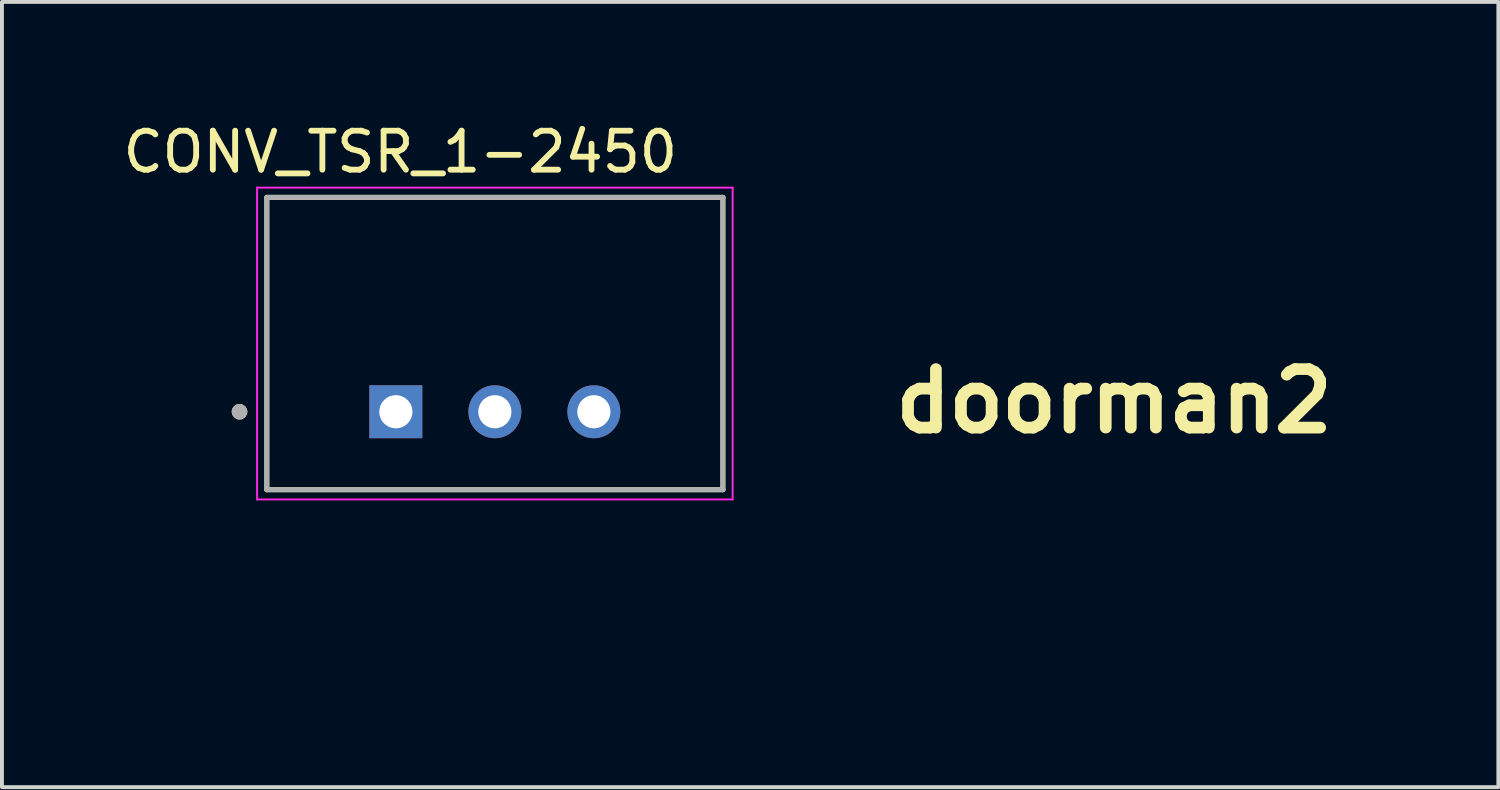
<source format=kicad_pcb>
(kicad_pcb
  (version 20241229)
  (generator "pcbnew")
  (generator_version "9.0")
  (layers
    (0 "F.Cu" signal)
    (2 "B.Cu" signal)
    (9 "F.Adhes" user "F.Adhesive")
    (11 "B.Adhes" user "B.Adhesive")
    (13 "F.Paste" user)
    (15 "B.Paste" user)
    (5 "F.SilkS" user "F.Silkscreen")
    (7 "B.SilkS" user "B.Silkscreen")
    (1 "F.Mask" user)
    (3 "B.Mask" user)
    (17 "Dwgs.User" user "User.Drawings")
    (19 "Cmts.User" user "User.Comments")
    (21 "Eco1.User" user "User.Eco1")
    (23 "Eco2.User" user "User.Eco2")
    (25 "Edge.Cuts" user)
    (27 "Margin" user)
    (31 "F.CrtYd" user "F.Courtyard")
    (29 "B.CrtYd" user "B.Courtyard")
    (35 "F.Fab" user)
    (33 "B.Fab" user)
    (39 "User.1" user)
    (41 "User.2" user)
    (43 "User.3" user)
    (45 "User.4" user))
  (footprint "CONV_TSR_1-2450"
    (layer "F.Cu")
    (at 9.645 5.763)
    (property "Reference" "CONV_TSR_1-2450" (at -2.425 -4.915 0) (layer "F.SilkS") (effects (font (size 1 1) (thickness 0.15))))
    (attr through_hole)
    (fp_line (start -5.85 -3.75) (end 5.85 -3.75) (stroke (width 0.127) (type solid)) (layer "F.SilkS"))
    (fp_line (start -5.85 3.75) (end -5.85 -3.75) (stroke (width 0.127) (type solid)) (layer "F.SilkS"))
    (fp_line (start -5.85 3.75) (end 5.85 3.75) (stroke (width 0.127) (type solid)) (layer "F.SilkS"))
    (fp_line (start 5.85 -3.75) (end 5.85 3.75) (stroke (width 0.127) (type solid)) (layer "F.SilkS"))
    (fp_circle (center -6.55 1.75) (end -6.45 1.75) (stroke (width 0.2) (type solid)) (fill no) (layer "F.SilkS"))
    (fp_line (start -6.1 -4) (end -6.1 4) (stroke (width 0.05) (type solid)) (layer "F.CrtYd"))
    (fp_line (start -6.1 4) (end 6.1 4) (stroke (width 0.05) (type solid)) (layer "F.CrtYd"))
    (fp_line (start 6.1 -4) (end -6.1 -4) (stroke (width 0.05) (type solid)) (layer "F.CrtYd"))
    (fp_line (start 6.1 4) (end 6.1 -4) (stroke (width 0.05) (type solid)) (layer "F.CrtYd"))
    (fp_line (start -5.85 -3.75) (end 5.85 -3.75) (stroke (width 0.127) (type solid)) (layer "F.Fab"))
    (fp_line (start -5.85 3.75) (end -5.85 -3.75) (stroke (width 0.127) (type solid)) (layer "F.Fab"))
    (fp_line (start 5.85 -3.75) (end 5.85 3.75) (stroke (width 0.127) (type solid)) (layer "F.Fab"))
    (fp_line (start 5.85 3.75) (end -5.85 3.75) (stroke (width 0.127) (type solid)) (layer "F.Fab"))
    (fp_circle (center -6.55 1.75) (end -6.45 1.75) (stroke (width 0.2) (type solid)) (fill no) (layer "F.Fab"))
    (pad "1" thru_hole rect (at -2.54 1.75) (size 1.358 1.358) (drill 0.85) (layers "*.Cu" "*.Mask"))
    (pad "2" thru_hole circle (at 0 1.75) (size 1.358 1.358) (drill 0.85) (layers "*.Cu" "*.Mask"))
    (pad "3" thru_hole circle (at 2.54 1.75) (size 1.358 1.358) (drill 0.85) (layers "*.Cu" "*.Mask")))
  (footprint "doorman2"
    (layer "F.Cu")
    (at 25.531 7.241)
    (property "Reference" "doorman2" (at 0 0 0) (layer "F.SilkS") (effects (font (size 1.5 1.5) (thickness 0.3))))
    (attr board_only exclude_from_pos_files exclude_from_bom)
    (fp_poly (pts (xy 0.989 -0.101) (xy 1.069 -0.021) (xy 1.122 0.068) (xy 1.128 0.1) (xy 1.096 0.161) (xy 1.023 0.238) (xy 0.944 0.3) (xy 0.902 0.316) (xy 0.84 0.287) (xy 0.767 0.226) (xy 0.7 0.139) (xy 0.677 0.075) (xy 0.713 -0.01) (xy 0.799 -0.09) (xy 0.897 -0.134) (xy 0.915 -0.135)) (stroke (width 0) (type solid)) (fill yes) (layer "F.Mask"))
    (fp_poly (pts (xy 1.131 -7.24) (xy 1.294 -7.232) (xy 1.418 -7.215) (xy 1.527 -7.182) (xy 1.647 -7.13) (xy 1.726 -7.092) (xy 2.086 -6.866) (xy 2.384 -6.577) (xy 2.613 -6.231) (xy 2.771 -5.832) (xy 2.781 -5.797) (xy 2.838 -5.416) (xy 2.812 -5.035) (xy 2.708 -4.667) (xy 2.532 -4.323) (xy 2.291 -4.016) (xy 1.991 -3.758) (xy 1.721 -3.6) (xy 1.567 -3.53) (xy 1.434 -3.486) (xy 1.29 -3.46) (xy 1.104 -3.446) (xy 0.97 -3.441) (xy 0.733 -3.438) (xy 0.556 -3.448) (xy 0.41 -3.474) (xy 0.271 -3.519) (xy -0.112 -3.705) (xy -0.437 -3.958) (xy -0.697 -4.27) (xy -0.887 -4.635) (xy -1.001 -5.045) (xy -1.001 -5.047) (xy -1.025 -5.445) (xy -0.965 -5.833) (xy -0.827 -6.198) (xy -0.617 -6.531) (xy -0.34 -6.818) (xy -0.003 -7.05) (xy 0.074 -7.09) (xy 0.212 -7.155) (xy 0.325 -7.199) (xy 0.437 -7.224) (xy 0.575 -7.237) (xy 0.763 -7.241) (xy 0.902 -7.241)) (stroke (width 0) (type solid)) (fill yes) (layer "F.Mask"))
    (fp_poly (pts (xy 0.125 -3.132) (xy 0.235 -3.061) (xy 0.379 -2.959) (xy 0.473 -2.888) (xy 0.627 -2.776) (xy 0.757 -2.693) (xy 0.847 -2.65) (xy 0.874 -2.648) (xy 0.931 -2.688) (xy 1.041 -2.767) (xy 1.184 -2.873) (xy 1.251 -2.924) (xy 1.422 -3.043) (xy 1.555 -3.118) (xy 1.637 -3.144) (xy 1.646 -3.142) (xy 1.679 -3.087) (xy 1.703 -2.967) (xy 1.716 -2.808) (xy 1.719 -2.635) (xy 1.712 -2.472) (xy 1.693 -2.345) (xy 1.663 -2.279) (xy 1.657 -2.276) (xy 1.589 -2.279) (xy 1.462 -2.308) (xy 1.3 -2.356) (xy 1.266 -2.368) (xy 1.063 -2.433) (xy 0.912 -2.468) (xy 0.78 -2.47) (xy 0.635 -2.442) (xy 0.444 -2.382) (xy 0.406 -2.369) (xy 0.223 -2.307) (xy 0.107 -2.272) (xy 0.041 -2.263) (xy 0.007 -2.278) (xy -0.013 -2.314) (xy -0.018 -2.327) (xy -0.032 -2.407) (xy -0.042 -2.546) (xy -0.045 -2.707) (xy -0.039 -2.924) (xy -0.02 -3.063) (xy 0.015 -3.137) (xy 0.067 -3.158)) (stroke (width 0) (type solid)) (fill yes) (layer "F.Mask"))
    (fp_poly (pts (xy 2.668 -3.007) (xy 2.807 -2.966) (xy 2.984 -2.908) (xy 3.176 -2.84) (xy 3.36 -2.77) (xy 3.513 -2.708) (xy 3.587 -2.673) (xy 3.79 -2.538) (xy 3.991 -2.353) (xy 4.159 -2.148) (xy 4.251 -1.99) (xy 4.278 -1.927) (xy 4.298 -1.861) (xy 4.313 -1.779) (xy 4.323 -1.671) (xy 4.329 -1.525) (xy 4.332 -1.33) (xy 4.331 -1.074) (xy 4.328 -0.747) (xy 4.325 -0.501) (xy 4.309 0.79) (xy 5.414 0.812) (xy 5.811 0.822) (xy 6.123 0.834) (xy 6.355 0.848) (xy 6.515 0.865) (xy 6.605 0.886) (xy 6.62 0.892) (xy 6.668 0.92) (xy 6.709 0.95) (xy 6.744 0.988) (xy 6.772 1.042) (xy 6.796 1.118) (xy 6.814 1.222) (xy 6.829 1.363) (xy 6.84 1.546) (xy 6.847 1.779) (xy 6.853 2.068) (xy 6.856 2.42) (xy 6.857 2.842) (xy 6.858 3.341) (xy 6.858 3.905) (xy 6.858 6.596) (xy 6.704 6.749) (xy 6.551 6.903) (xy 0.05 6.903) (xy -6.45 6.903) (xy -6.597 6.771) (xy -6.745 6.639) (xy -6.757 3.929) (xy -6.759 3.358) (xy -6.761 2.87) (xy -6.761 2.46) (xy -6.76 2.118) (xy -6.758 1.84) (xy -6.754 1.617) (xy -6.749 1.444) (xy -6.742 1.312) (xy -6.733 1.216) (xy -6.722 1.148) (xy -6.708 1.102) (xy -6.7 1.083) (xy -6.644 0.992) (xy -6.574 0.923) (xy -6.477 0.874) (xy -6.341 0.842) (xy -6.152 0.823) (xy -5.898 0.814) (xy -5.608 0.812) (xy -4.85 0.812) (xy -4.85 0.282) (xy -4.831 -0.13) (xy -4.769 -0.487) (xy -4.657 -0.817) (xy -4.488 -1.148) (xy -4.465 -1.186) (xy -4.376 -1.344) (xy -4.332 -1.451) (xy -4.326 -1.531) (xy -4.338 -1.575) (xy -4.359 -1.748) (xy -4.305 -1.923) (xy -4.188 -2.077) (xy -4.073 -2.159) (xy -3.889 -2.212) (xy -3.704 -2.175) (xy -3.535 -2.061) (xy -3.43 -1.951) (xy -3.382 -1.849) (xy -3.371 -1.73) (xy -3.408 -1.52) (xy -3.514 -1.359) (xy -3.668 -1.264) (xy -3.8 -1.211) (xy -3.893 -1.156) (xy -3.968 -1.077) (xy -4.046 -0.954) (xy -4.118 -0.823) (xy -4.293 -0.425) (xy -4.383 -0.03) (xy -4.391 0.377) (xy -4.348 0.688) (xy -4.324 0.812) (xy -3.515 0.812) (xy -2.707 0.812) (xy -2.707 0.553) (xy -2.709 0.428) (xy -2.716 0.232) (xy -2.723 0.059) (xy 0.57 0.059) (xy 0.602 0.212) (xy 0.608 0.224) (xy 0.672 0.321) (xy 0.732 0.376) (xy 0.732 0.376) (xy 0.895 0.402) (xy 1.059 0.365) (xy 1.13 0.323) (xy 1.219 0.2) (xy 1.233 0.053) (xy 1.175 -0.093) (xy 1.106 -0.168) (xy 0.966 -0.242) (xy 0.824 -0.242) (xy 0.699 -0.182) (xy 0.608 -0.077) (xy 0.57 0.059) (xy -2.723 0.059) (xy -2.726 -0.018) (xy -2.739 -0.303) (xy -2.755 -0.605) (xy -2.757 -0.658) (xy -2.762 -0.749) (xy -2.022 -0.749) (xy -2.018 -0.581) (xy -1.983 -0.495) (xy -1.977 -0.49) (xy -1.904 -0.472) (xy -1.763 -0.46) (xy -1.574 -0.453) (xy -1.358 -0.45) (xy -1.133 -0.453) (xy -0.92 -0.46) (xy -0.738 -0.471) (xy -0.608 -0.487) (xy -0.55 -0.505) (xy -0.51 -0.595) (xy -0.498 -0.725) (xy -0.514 -0.854) (xy -0.556 -0.941) (xy -0.559 -0.943) (xy -0.63 -0.966) (xy -0.781 -0.98) (xy -1.015 -0.985) (xy -1.314 -0.982) (xy -2.008 -0.97) (xy -2.022 -0.749) (xy -2.762 -0.749) (xy -2.776 -1.046) (xy -2.783 -1.356) (xy -2.776 -1.603) (xy -2.754 -1.799) (xy -2.714 -1.956) (xy -2.652 -2.088) (xy -2.568 -2.207) (xy -2.459 -2.327) (xy -2.445 -2.341) (xy -2.344 -2.434) (xy -2.237 -2.513) (xy -2.103 -2.587) (xy -1.925 -2.669) (xy -1.684 -2.767) (xy -1.627 -2.789) (xy -1.408 -2.873) (xy -1.216 -2.94) (xy -1.069 -2.987) (xy -0.983 -3.007) (xy -0.969 -3.006) (xy -0.931 -2.966) (xy -0.847 -2.861) (xy -0.723 -2.701) (xy -0.567 -2.493) (xy -0.384 -2.248) (xy -0.182 -1.973) (xy -0.046 -1.786) (xy 0.232 -1.406) (xy 0.463 -1.098) (xy 0.647 -0.861) (xy 0.784 -0.696) (xy 0.871 -0.606) (xy 0.904 -0.587) (xy 0.949 -0.618) (xy 1.03 -0.714) (xy 1.15 -0.877) (xy 1.309 -1.111) (xy 1.51 -1.417) (xy 1.754 -1.798) (xy 1.759 -1.805) (xy 1.949 -2.101) (xy 2.126 -2.372) (xy 2.283 -2.607) (xy 2.414 -2.798) (xy 2.513 -2.936) (xy 2.574 -3.011) (xy 2.589 -3.023)) (stroke (width 0) (type solid)) (fill yes) (layer "F.Mask")))
  (gr_rect
    (start -3 -3)
    (end 35.389 17.144)
    (stroke (width 0.1) (type default))
    (fill no)
    (layer "Edge.Cuts")))
</source>
